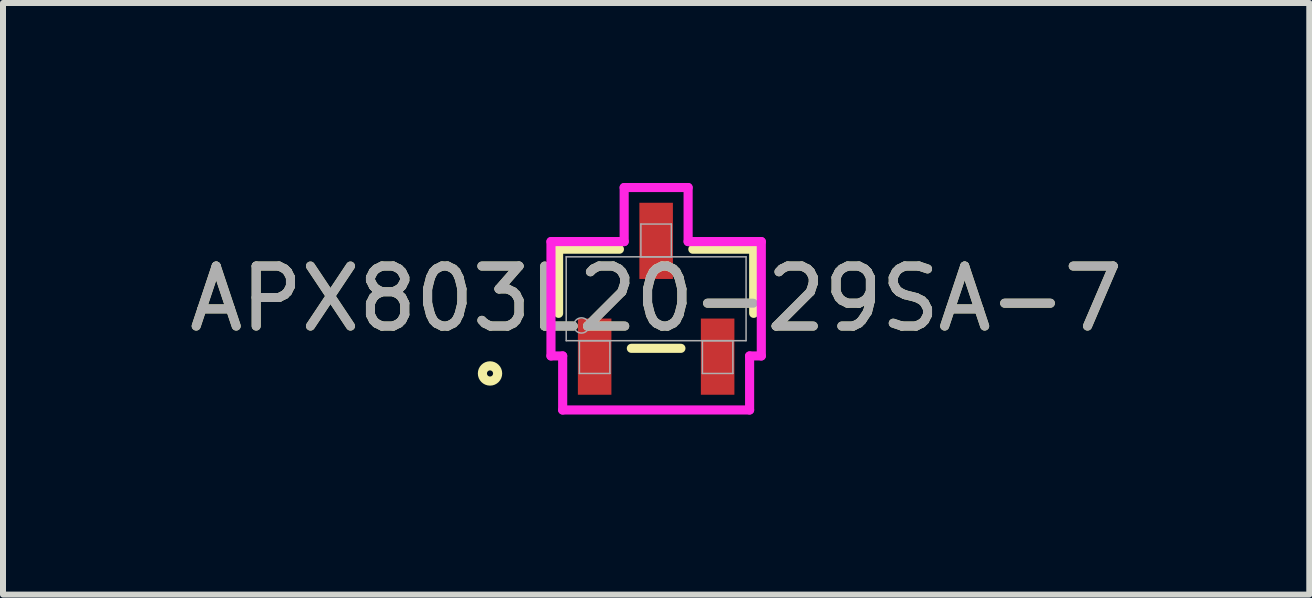
<source format=kicad_pcb>
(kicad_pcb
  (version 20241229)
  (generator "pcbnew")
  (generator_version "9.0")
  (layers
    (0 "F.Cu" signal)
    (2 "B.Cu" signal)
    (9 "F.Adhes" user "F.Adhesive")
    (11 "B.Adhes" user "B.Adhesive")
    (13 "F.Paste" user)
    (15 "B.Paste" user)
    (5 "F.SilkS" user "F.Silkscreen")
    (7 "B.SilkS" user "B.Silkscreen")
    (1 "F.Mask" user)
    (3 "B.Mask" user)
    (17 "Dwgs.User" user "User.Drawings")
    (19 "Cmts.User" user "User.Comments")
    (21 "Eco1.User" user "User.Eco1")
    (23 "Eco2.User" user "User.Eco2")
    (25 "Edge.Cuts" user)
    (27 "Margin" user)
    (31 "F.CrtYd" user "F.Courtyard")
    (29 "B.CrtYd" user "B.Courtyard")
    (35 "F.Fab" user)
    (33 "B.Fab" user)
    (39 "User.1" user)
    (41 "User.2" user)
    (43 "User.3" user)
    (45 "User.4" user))
  (footprint "APX803L20-29SA-7"
    (layer "F.Cu")
    (at 7.887 1.93)
    (property "Reference" "APX803L20-29SA-7" (at 0 0 0) (unlocked yes) (layer "F.SilkS") (effects (font (size 1 1) (thickness 0.15))))
    (attr smd)
    (fp_line (start -1.626 -0.826) (end -1.626 0.243) (stroke (width 0.152) (type solid)) (layer "F.SilkS"))
    (fp_line (start -0.612 -0.826) (end -1.626 -0.826) (stroke (width 0.152) (type solid)) (layer "F.SilkS"))
    (fp_line (start -0.413 0.826) (end 0.413 0.826) (stroke (width 0.152) (type solid)) (layer "F.SilkS"))
    (fp_line (start 1.626 -0.826) (end 0.612 -0.826) (stroke (width 0.152) (type solid)) (layer "F.SilkS"))
    (fp_line (start 1.626 0.243) (end 1.626 -0.826) (stroke (width 0.152) (type solid)) (layer "F.SilkS"))
    (fp_circle (center -2.769 1.245) (end -2.642 1.245) (stroke (width 0.152) (type solid)) (fill no) (layer "F.SilkS"))
    (fp_line (start -1.753 -0.953) (end -0.533 -0.953) (stroke (width 0.152) (type solid)) (layer "F.CrtYd"))
    (fp_line (start -1.753 0.953) (end -1.753 -0.953) (stroke (width 0.152) (type solid)) (layer "F.CrtYd"))
    (fp_line (start -1.753 0.953) (end -1.558 0.953) (stroke (width 0.152) (type solid)) (layer "F.CrtYd"))
    (fp_line (start -1.558 0.953) (end -1.558 1.854) (stroke (width 0.152) (type solid)) (layer "F.CrtYd"))
    (fp_line (start -1.558 1.854) (end 1.558 1.854) (stroke (width 0.152) (type solid)) (layer "F.CrtYd"))
    (fp_line (start -0.533 -1.854) (end 0.533 -1.854) (stroke (width 0.152) (type solid)) (layer "F.CrtYd"))
    (fp_line (start -0.533 -0.953) (end -0.533 -1.854) (stroke (width 0.152) (type solid)) (layer "F.CrtYd"))
    (fp_line (start 0.533 -0.953) (end 0.533 -1.854) (stroke (width 0.152) (type solid)) (layer "F.CrtYd"))
    (fp_line (start 1.558 0.953) (end 1.558 1.854) (stroke (width 0.152) (type solid)) (layer "F.CrtYd"))
    (fp_line (start 1.753 -0.953) (end 0.533 -0.953) (stroke (width 0.152) (type solid)) (layer "F.CrtYd"))
    (fp_line (start 1.753 -0.953) (end 1.753 0.953) (stroke (width 0.152) (type solid)) (layer "F.CrtYd"))
    (fp_line (start 1.753 0.953) (end 1.558 0.953) (stroke (width 0.152) (type solid)) (layer "F.CrtYd"))
    (fp_line (start -1.499 -0.699) (end -1.499 0.699) (stroke (width 0.025) (type solid)) (layer "F.Fab"))
    (fp_line (start -1.499 0.699) (end 1.499 0.699) (stroke (width 0.025) (type solid)) (layer "F.Fab"))
    (fp_line (start -1.279 0.699) (end -1.279 1.245) (stroke (width 0.025) (type solid)) (layer "F.Fab"))
    (fp_line (start -1.279 1.245) (end -0.771 1.245) (stroke (width 0.025) (type solid)) (layer "F.Fab"))
    (fp_line (start -0.771 0.699) (end -1.279 0.699) (stroke (width 0.025) (type solid)) (layer "F.Fab"))
    (fp_line (start -0.771 1.245) (end -0.771 0.699) (stroke (width 0.025) (type solid)) (layer "F.Fab"))
    (fp_line (start -0.254 -1.245) (end -0.254 -0.699) (stroke (width 0.025) (type solid)) (layer "F.Fab"))
    (fp_line (start -0.254 -0.699) (end 0.254 -0.699) (stroke (width 0.025) (type solid)) (layer "F.Fab"))
    (fp_line (start 0.254 -1.245) (end -0.254 -1.245) (stroke (width 0.025) (type solid)) (layer "F.Fab"))
    (fp_line (start 0.254 -0.699) (end 0.254 -1.245) (stroke (width 0.025) (type solid)) (layer "F.Fab"))
    (fp_line (start 0.771 0.699) (end 0.771 1.245) (stroke (width 0.025) (type solid)) (layer "F.Fab"))
    (fp_line (start 0.771 1.245) (end 1.279 1.245) (stroke (width 0.025) (type solid)) (layer "F.Fab"))
    (fp_line (start 1.279 0.699) (end 0.771 0.699) (stroke (width 0.025) (type solid)) (layer "F.Fab"))
    (fp_line (start 1.279 1.245) (end 1.279 0.699) (stroke (width 0.025) (type solid)) (layer "F.Fab"))
    (fp_line (start 1.499 -0.699) (end -1.499 -0.699) (stroke (width 0.025) (type solid)) (layer "F.Fab"))
    (fp_line (start 1.499 0.699) (end 1.499 -0.699) (stroke (width 0.025) (type solid)) (layer "F.Fab"))
    (fp_circle (center -1.245 0.445) (end -1.118 0.445) (stroke (width 0.025) (type solid)) (fill no) (layer "F.Fab"))
    (fp_text user "${REFERENCE}" (at 0 0 0) (unlocked yes) (layer "F.Fab") (effects (font (size 1 1) (thickness 0.15))))
    (pad "1" smd rect (at -1.025 0.965) (size 0.559 1.27) (layers "F.Cu" "F.Mask" "F.Paste"))
    (pad "2" smd rect (at 1.025 0.965) (size 0.559 1.27) (layers "F.Cu" "F.Mask" "F.Paste"))
    (pad "3" smd rect (at 0 -0.965) (size 0.559 1.27) (layers "F.Cu" "F.Mask" "F.Paste")))
  (gr_rect
    (start -3 -3)
    (end 18.774 6.861)
    (stroke (width 0.1) (type default))
    (fill no)
    (layer "Edge.Cuts")))
</source>
